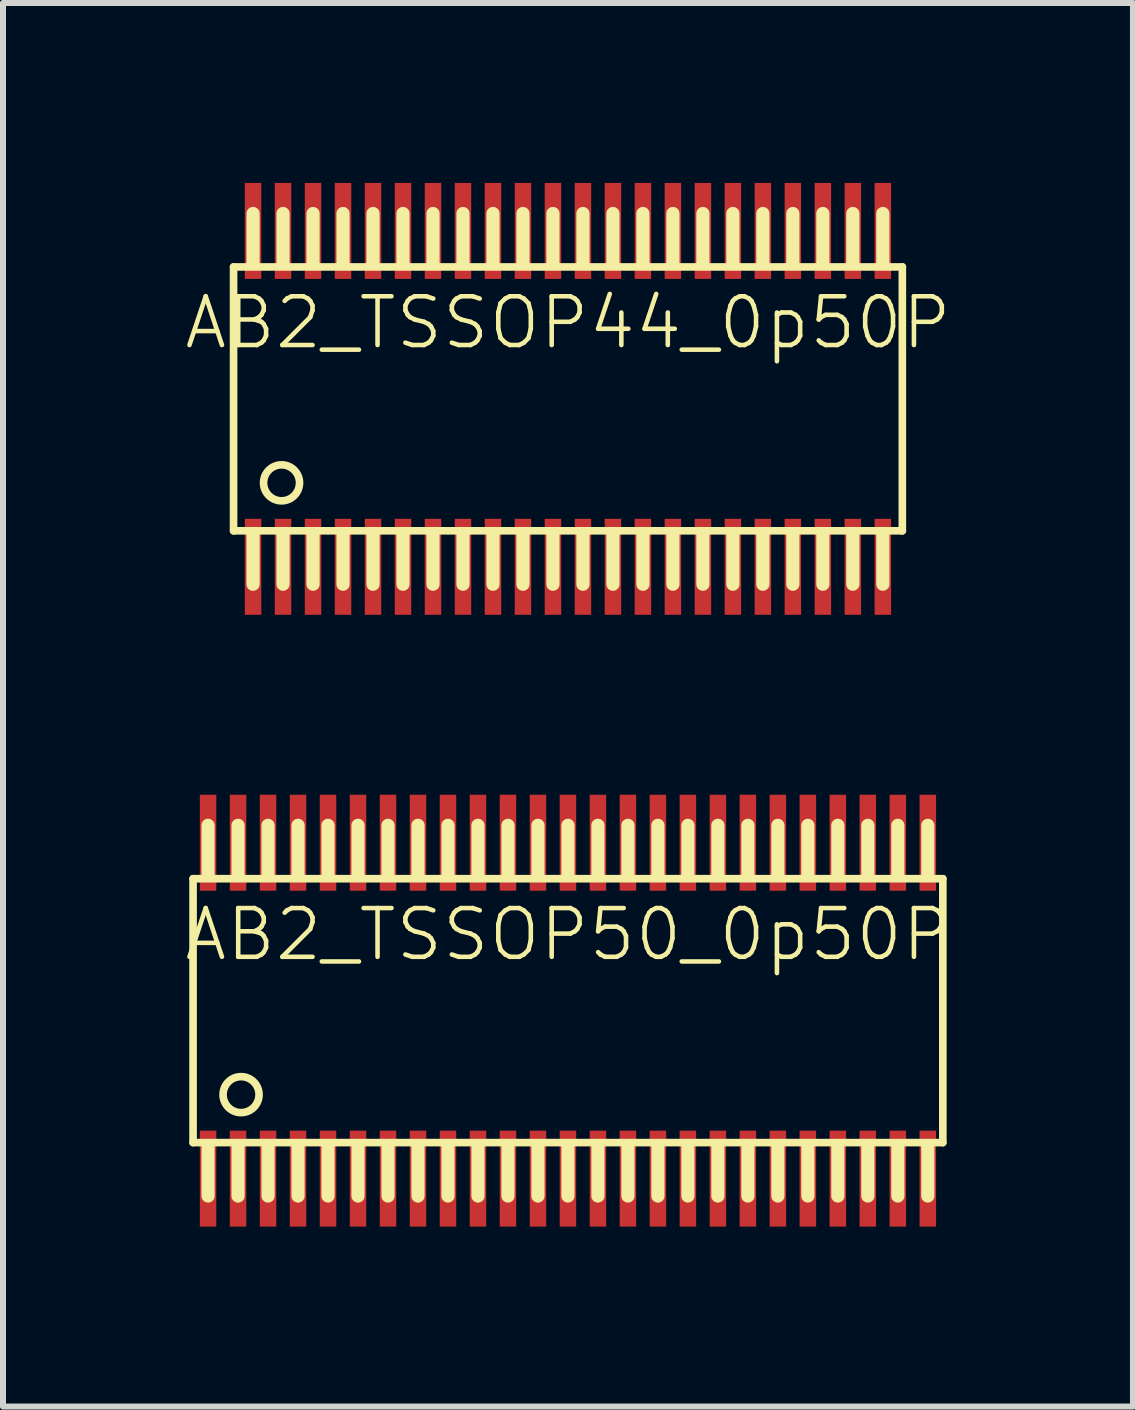
<source format=kicad_pcb>
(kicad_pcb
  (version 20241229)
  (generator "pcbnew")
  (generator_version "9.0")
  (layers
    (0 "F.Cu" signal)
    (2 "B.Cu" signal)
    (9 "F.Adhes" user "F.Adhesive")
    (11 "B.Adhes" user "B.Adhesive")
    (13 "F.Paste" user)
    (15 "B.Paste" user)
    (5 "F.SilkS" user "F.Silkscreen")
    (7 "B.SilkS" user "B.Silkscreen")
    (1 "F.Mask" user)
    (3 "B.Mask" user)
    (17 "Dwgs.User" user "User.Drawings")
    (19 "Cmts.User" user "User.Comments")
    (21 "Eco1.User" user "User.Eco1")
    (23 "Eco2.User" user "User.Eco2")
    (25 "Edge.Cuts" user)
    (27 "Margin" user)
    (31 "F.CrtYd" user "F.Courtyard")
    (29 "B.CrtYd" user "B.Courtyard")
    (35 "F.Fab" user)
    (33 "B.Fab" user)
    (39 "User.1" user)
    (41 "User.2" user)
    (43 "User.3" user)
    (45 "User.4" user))
  (footprint "AB2_TSSOP44_0p50P"
    (layer "F.Cu")
    (at 6.419 3.6)
    (property "Reference" "AB2_TSSOP44_0p50P" (at 0 -1.27 0) (layer "F.SilkS") (effects (font (size 0.813 0.813) (thickness 0.076))))
    (attr through_hole)
    (fp_line (start -5.575 -2.2) (end 5.575 -2.2) (stroke (width 0.127) (type solid)) (layer "F.SilkS"))
    (fp_line (start -5.575 2.2) (end -5.575 -2.2) (stroke (width 0.127) (type solid)) (layer "F.SilkS"))
    (fp_line (start -5.25 -2.27) (end -5.25 -3.09) (stroke (width 0.22) (type solid)) (layer "F.SilkS"))
    (fp_line (start -5.25 2.27) (end -5.25 3.09) (stroke (width 0.22) (type solid)) (layer "F.SilkS"))
    (fp_line (start -4.75 -2.27) (end -4.75 -3.09) (stroke (width 0.22) (type solid)) (layer "F.SilkS"))
    (fp_line (start -4.75 2.27) (end -4.75 3.09) (stroke (width 0.22) (type solid)) (layer "F.SilkS"))
    (fp_line (start -4.25 -2.27) (end -4.25 -3.09) (stroke (width 0.22) (type solid)) (layer "F.SilkS"))
    (fp_line (start -4.25 2.27) (end -4.25 3.09) (stroke (width 0.22) (type solid)) (layer "F.SilkS"))
    (fp_line (start -3.75 -2.27) (end -3.75 -3.09) (stroke (width 0.22) (type solid)) (layer "F.SilkS"))
    (fp_line (start -3.75 2.27) (end -3.75 3.09) (stroke (width 0.22) (type solid)) (layer "F.SilkS"))
    (fp_line (start -3.25 -2.27) (end -3.25 -3.09) (stroke (width 0.22) (type solid)) (layer "F.SilkS"))
    (fp_line (start -3.25 2.27) (end -3.25 3.09) (stroke (width 0.22) (type solid)) (layer "F.SilkS"))
    (fp_line (start -2.75 -2.27) (end -2.75 -3.09) (stroke (width 0.22) (type solid)) (layer "F.SilkS"))
    (fp_line (start -2.75 2.27) (end -2.75 3.09) (stroke (width 0.22) (type solid)) (layer "F.SilkS"))
    (fp_line (start -2.25 -2.27) (end -2.25 -3.09) (stroke (width 0.22) (type solid)) (layer "F.SilkS"))
    (fp_line (start -2.25 2.27) (end -2.25 3.09) (stroke (width 0.22) (type solid)) (layer "F.SilkS"))
    (fp_line (start -1.75 -2.27) (end -1.75 -3.09) (stroke (width 0.22) (type solid)) (layer "F.SilkS"))
    (fp_line (start -1.75 2.27) (end -1.75 3.09) (stroke (width 0.22) (type solid)) (layer "F.SilkS"))
    (fp_line (start -1.25 -2.27) (end -1.25 -3.09) (stroke (width 0.22) (type solid)) (layer "F.SilkS"))
    (fp_line (start -1.25 2.27) (end -1.25 3.09) (stroke (width 0.22) (type solid)) (layer "F.SilkS"))
    (fp_line (start -0.75 -2.27) (end -0.75 -3.09) (stroke (width 0.22) (type solid)) (layer "F.SilkS"))
    (fp_line (start -0.75 2.27) (end -0.75 3.09) (stroke (width 0.22) (type solid)) (layer "F.SilkS"))
    (fp_line (start -0.25 -2.27) (end -0.25 -3.09) (stroke (width 0.22) (type solid)) (layer "F.SilkS"))
    (fp_line (start -0.25 2.27) (end -0.25 3.09) (stroke (width 0.22) (type solid)) (layer "F.SilkS"))
    (fp_line (start 0.25 -2.27) (end 0.25 -3.09) (stroke (width 0.22) (type solid)) (layer "F.SilkS"))
    (fp_line (start 0.25 2.27) (end 0.25 3.09) (stroke (width 0.22) (type solid)) (layer "F.SilkS"))
    (fp_line (start 0.75 -2.27) (end 0.75 -3.09) (stroke (width 0.22) (type solid)) (layer "F.SilkS"))
    (fp_line (start 0.75 2.27) (end 0.75 3.09) (stroke (width 0.22) (type solid)) (layer "F.SilkS"))
    (fp_line (start 1.25 -2.27) (end 1.25 -3.09) (stroke (width 0.22) (type solid)) (layer "F.SilkS"))
    (fp_line (start 1.25 2.27) (end 1.25 3.09) (stroke (width 0.22) (type solid)) (layer "F.SilkS"))
    (fp_line (start 1.75 -2.27) (end 1.75 -3.09) (stroke (width 0.22) (type solid)) (layer "F.SilkS"))
    (fp_line (start 1.75 2.27) (end 1.75 3.09) (stroke (width 0.22) (type solid)) (layer "F.SilkS"))
    (fp_line (start 2.25 -2.27) (end 2.25 -3.09) (stroke (width 0.22) (type solid)) (layer "F.SilkS"))
    (fp_line (start 2.25 2.27) (end 2.25 3.09) (stroke (width 0.22) (type solid)) (layer "F.SilkS"))
    (fp_line (start 2.75 -2.27) (end 2.75 -3.09) (stroke (width 0.22) (type solid)) (layer "F.SilkS"))
    (fp_line (start 2.75 2.27) (end 2.75 3.09) (stroke (width 0.22) (type solid)) (layer "F.SilkS"))
    (fp_line (start 3.25 -2.27) (end 3.25 -3.09) (stroke (width 0.22) (type solid)) (layer "F.SilkS"))
    (fp_line (start 3.25 2.27) (end 3.25 3.09) (stroke (width 0.22) (type solid)) (layer "F.SilkS"))
    (fp_line (start 3.75 -2.27) (end 3.75 -3.09) (stroke (width 0.22) (type solid)) (layer "F.SilkS"))
    (fp_line (start 3.75 2.27) (end 3.75 3.09) (stroke (width 0.22) (type solid)) (layer "F.SilkS"))
    (fp_line (start 4.25 -2.27) (end 4.25 -3.09) (stroke (width 0.22) (type solid)) (layer "F.SilkS"))
    (fp_line (start 4.25 2.27) (end 4.25 3.09) (stroke (width 0.22) (type solid)) (layer "F.SilkS"))
    (fp_line (start 4.75 -2.27) (end 4.75 -3.09) (stroke (width 0.22) (type solid)) (layer "F.SilkS"))
    (fp_line (start 4.75 2.27) (end 4.75 3.09) (stroke (width 0.22) (type solid)) (layer "F.SilkS"))
    (fp_line (start 5.25 -2.27) (end 5.25 -3.09) (stroke (width 0.22) (type solid)) (layer "F.SilkS"))
    (fp_line (start 5.25 2.27) (end 5.25 3.09) (stroke (width 0.22) (type solid)) (layer "F.SilkS"))
    (fp_line (start 5.575 -2.2) (end 5.575 2.2) (stroke (width 0.127) (type solid)) (layer "F.SilkS"))
    (fp_line (start 5.575 2.2) (end -5.575 2.2) (stroke (width 0.127) (type solid)) (layer "F.SilkS"))
    (fp_circle (center -4.775 1.4) (end -4.775 1.1) (stroke (width 0.127) (type solid)) (fill no) (layer "F.SilkS"))
    (pad "1" smd rect (at -5.25 2.8) (size 0.275 1.6) (layers "F.Cu" "F.Mask" "F.Paste"))
    (pad "2" smd rect (at -4.75 2.8) (size 0.275 1.6) (layers "F.Cu" "F.Mask" "F.Paste"))
    (pad "3" smd rect (at -4.25 2.8) (size 0.275 1.6) (layers "F.Cu" "F.Mask" "F.Paste"))
    (pad "4" smd rect (at -3.75 2.8) (size 0.275 1.6) (layers "F.Cu" "F.Mask" "F.Paste"))
    (pad "5" smd rect (at -3.25 2.8) (size 0.275 1.6) (layers "F.Cu" "F.Mask" "F.Paste"))
    (pad "6" smd rect (at -2.75 2.8) (size 0.275 1.6) (layers "F.Cu" "F.Mask" "F.Paste"))
    (pad "7" smd rect (at -2.25 2.8) (size 0.275 1.6) (layers "F.Cu" "F.Mask" "F.Paste"))
    (pad "8" smd rect (at -1.75 2.8) (size 0.275 1.6) (layers "F.Cu" "F.Mask" "F.Paste"))
    (pad "9" smd rect (at -1.25 2.8) (size 0.275 1.6) (layers "F.Cu" "F.Mask" "F.Paste"))
    (pad "10" smd rect (at -0.75 2.8) (size 0.275 1.6) (layers "F.Cu" "F.Mask" "F.Paste"))
    (pad "11" smd rect (at -0.25 2.8) (size 0.275 1.6) (layers "F.Cu" "F.Mask" "F.Paste"))
    (pad "12" smd rect (at 0.25 2.8) (size 0.275 1.6) (layers "F.Cu" "F.Mask" "F.Paste"))
    (pad "13" smd rect (at 0.75 2.8) (size 0.275 1.6) (layers "F.Cu" "F.Mask" "F.Paste"))
    (pad "14" smd rect (at 1.25 2.8) (size 0.275 1.6) (layers "F.Cu" "F.Mask" "F.Paste"))
    (pad "15" smd rect (at 1.75 2.8) (size 0.275 1.6) (layers "F.Cu" "F.Mask" "F.Paste"))
    (pad "16" smd rect (at 2.25 2.8) (size 0.275 1.6) (layers "F.Cu" "F.Mask" "F.Paste"))
    (pad "17" smd rect (at 2.75 2.8) (size 0.275 1.6) (layers "F.Cu" "F.Mask" "F.Paste"))
    (pad "18" smd rect (at 3.25 2.8) (size 0.275 1.6) (layers "F.Cu" "F.Mask" "F.Paste"))
    (pad "19" smd rect (at 3.75 2.8) (size 0.275 1.6) (layers "F.Cu" "F.Mask" "F.Paste"))
    (pad "20" smd rect (at 4.25 2.8) (size 0.275 1.6) (layers "F.Cu" "F.Mask" "F.Paste"))
    (pad "21" smd rect (at 4.75 2.8) (size 0.275 1.6) (layers "F.Cu" "F.Mask" "F.Paste"))
    (pad "22" smd rect (at 5.25 2.8) (size 0.275 1.6) (layers "F.Cu" "F.Mask" "F.Paste"))
    (pad "23" smd rect (at 5.25 -2.8) (size 0.275 1.6) (layers "F.Cu" "F.Mask" "F.Paste"))
    (pad "24" smd rect (at 4.75 -2.8) (size 0.275 1.6) (layers "F.Cu" "F.Mask" "F.Paste"))
    (pad "25" smd rect (at 4.25 -2.8) (size 0.275 1.6) (layers "F.Cu" "F.Mask" "F.Paste"))
    (pad "26" smd rect (at 3.75 -2.8) (size 0.275 1.6) (layers "F.Cu" "F.Mask" "F.Paste"))
    (pad "27" smd rect (at 3.25 -2.8) (size 0.275 1.6) (layers "F.Cu" "F.Mask" "F.Paste"))
    (pad "28" smd rect (at 2.75 -2.8) (size 0.275 1.6) (layers "F.Cu" "F.Mask" "F.Paste"))
    (pad "29" smd rect (at 2.25 -2.8) (size 0.275 1.6) (layers "F.Cu" "F.Mask" "F.Paste"))
    (pad "30" smd rect (at 1.75 -2.8) (size 0.275 1.6) (layers "F.Cu" "F.Mask" "F.Paste"))
    (pad "31" smd rect (at 1.25 -2.8) (size 0.275 1.6) (layers "F.Cu" "F.Mask" "F.Paste"))
    (pad "32" smd rect (at 0.75 -2.8) (size 0.275 1.6) (layers "F.Cu" "F.Mask" "F.Paste"))
    (pad "33" smd rect (at 0.25 -2.8) (size 0.275 1.6) (layers "F.Cu" "F.Mask" "F.Paste"))
    (pad "34" smd rect (at -0.25 -2.8) (size 0.275 1.6) (layers "F.Cu" "F.Mask" "F.Paste"))
    (pad "35" smd rect (at -0.75 -2.8) (size 0.275 1.6) (layers "F.Cu" "F.Mask" "F.Paste"))
    (pad "36" smd rect (at -1.25 -2.8) (size 0.275 1.6) (layers "F.Cu" "F.Mask" "F.Paste"))
    (pad "37" smd rect (at -1.75 -2.8) (size 0.275 1.6) (layers "F.Cu" "F.Mask" "F.Paste"))
    (pad "38" smd rect (at -2.25 -2.8) (size 0.275 1.6) (layers "F.Cu" "F.Mask" "F.Paste"))
    (pad "39" smd rect (at -2.75 -2.8) (size 0.275 1.6) (layers "F.Cu" "F.Mask" "F.Paste"))
    (pad "40" smd rect (at -3.25 -2.8) (size 0.275 1.6) (layers "F.Cu" "F.Mask" "F.Paste"))
    (pad "41" smd rect (at -3.75 -2.8) (size 0.275 1.6) (layers "F.Cu" "F.Mask" "F.Paste"))
    (pad "42" smd rect (at -4.25 -2.8) (size 0.275 1.6) (layers "F.Cu" "F.Mask" "F.Paste"))
    (pad "43" smd rect (at -4.75 -2.8) (size 0.275 1.6) (layers "F.Cu" "F.Mask" "F.Paste"))
    (pad "44" smd rect (at -5.25 -2.8) (size 0.275 1.6) (layers "F.Cu" "F.Mask" "F.Paste")))
  (footprint "AB2_TSSOP50_0p50P"
    (layer "F.Cu")
    (at 6.419 13.8)
    (property "Reference" "AB2_TSSOP50_0p50P" (at 0 -1.27 0) (layer "F.SilkS") (effects (font (size 0.813 0.813) (thickness 0.076))))
    (attr through_hole)
    (fp_line (start -6.25 -2.2) (end 6.25 -2.2) (stroke (width 0.127) (type solid)) (layer "F.SilkS"))
    (fp_line (start -6.25 2.2) (end -6.25 -2.2) (stroke (width 0.127) (type solid)) (layer "F.SilkS"))
    (fp_line (start -6 -2.27) (end -6 -3.09) (stroke (width 0.22) (type solid)) (layer "F.SilkS"))
    (fp_line (start -6 2.27) (end -6 3.09) (stroke (width 0.22) (type solid)) (layer "F.SilkS"))
    (fp_line (start -5.5 -2.27) (end -5.5 -3.09) (stroke (width 0.22) (type solid)) (layer "F.SilkS"))
    (fp_line (start -5.5 2.27) (end -5.5 3.09) (stroke (width 0.22) (type solid)) (layer "F.SilkS"))
    (fp_line (start -5 -2.27) (end -5 -3.09) (stroke (width 0.22) (type solid)) (layer "F.SilkS"))
    (fp_line (start -5 2.27) (end -5 3.09) (stroke (width 0.22) (type solid)) (layer "F.SilkS"))
    (fp_line (start -4.5 -2.27) (end -4.5 -3.09) (stroke (width 0.22) (type solid)) (layer "F.SilkS"))
    (fp_line (start -4.5 2.27) (end -4.5 3.09) (stroke (width 0.22) (type solid)) (layer "F.SilkS"))
    (fp_line (start -4 -2.27) (end -4 -3.09) (stroke (width 0.22) (type solid)) (layer "F.SilkS"))
    (fp_line (start -4 2.27) (end -4 3.09) (stroke (width 0.22) (type solid)) (layer "F.SilkS"))
    (fp_line (start -3.5 -2.27) (end -3.5 -3.09) (stroke (width 0.22) (type solid)) (layer "F.SilkS"))
    (fp_line (start -3.5 2.27) (end -3.5 3.09) (stroke (width 0.22) (type solid)) (layer "F.SilkS"))
    (fp_line (start -3 -2.27) (end -3 -3.09) (stroke (width 0.22) (type solid)) (layer "F.SilkS"))
    (fp_line (start -3 2.27) (end -3 3.09) (stroke (width 0.22) (type solid)) (layer "F.SilkS"))
    (fp_line (start -2.5 -2.27) (end -2.5 -3.09) (stroke (width 0.22) (type solid)) (layer "F.SilkS"))
    (fp_line (start -2.5 2.27) (end -2.5 3.09) (stroke (width 0.22) (type solid)) (layer "F.SilkS"))
    (fp_line (start -2 -2.27) (end -2 -3.09) (stroke (width 0.22) (type solid)) (layer "F.SilkS"))
    (fp_line (start -2 2.27) (end -2 3.09) (stroke (width 0.22) (type solid)) (layer "F.SilkS"))
    (fp_line (start -1.5 -2.27) (end -1.5 -3.09) (stroke (width 0.22) (type solid)) (layer "F.SilkS"))
    (fp_line (start -1.5 2.27) (end -1.5 3.09) (stroke (width 0.22) (type solid)) (layer "F.SilkS"))
    (fp_line (start -1 -2.27) (end -1 -3.09) (stroke (width 0.22) (type solid)) (layer "F.SilkS"))
    (fp_line (start -1 2.27) (end -1 3.09) (stroke (width 0.22) (type solid)) (layer "F.SilkS"))
    (fp_line (start -0.5 -2.27) (end -0.5 -3.09) (stroke (width 0.22) (type solid)) (layer "F.SilkS"))
    (fp_line (start -0.5 2.27) (end -0.5 3.09) (stroke (width 0.22) (type solid)) (layer "F.SilkS"))
    (fp_line (start 0 -2.27) (end 0 -3.09) (stroke (width 0.22) (type solid)) (layer "F.SilkS"))
    (fp_line (start 0 2.27) (end 0 3.09) (stroke (width 0.22) (type solid)) (layer "F.SilkS"))
    (fp_line (start 0.5 -2.27) (end 0.5 -3.09) (stroke (width 0.22) (type solid)) (layer "F.SilkS"))
    (fp_line (start 0.5 2.27) (end 0.5 3.09) (stroke (width 0.22) (type solid)) (layer "F.SilkS"))
    (fp_line (start 1 -2.27) (end 1 -3.09) (stroke (width 0.22) (type solid)) (layer "F.SilkS"))
    (fp_line (start 1 2.27) (end 1 3.09) (stroke (width 0.22) (type solid)) (layer "F.SilkS"))
    (fp_line (start 1.5 -2.27) (end 1.5 -3.09) (stroke (width 0.22) (type solid)) (layer "F.SilkS"))
    (fp_line (start 1.5 2.27) (end 1.5 3.09) (stroke (width 0.22) (type solid)) (layer "F.SilkS"))
    (fp_line (start 2 -2.27) (end 2 -3.09) (stroke (width 0.22) (type solid)) (layer "F.SilkS"))
    (fp_line (start 2 2.27) (end 2 3.09) (stroke (width 0.22) (type solid)) (layer "F.SilkS"))
    (fp_line (start 2.5 -2.27) (end 2.5 -3.09) (stroke (width 0.22) (type solid)) (layer "F.SilkS"))
    (fp_line (start 2.5 2.27) (end 2.5 3.09) (stroke (width 0.22) (type solid)) (layer "F.SilkS"))
    (fp_line (start 3 -2.27) (end 3 -3.09) (stroke (width 0.22) (type solid)) (layer "F.SilkS"))
    (fp_line (start 3 2.27) (end 3 3.09) (stroke (width 0.22) (type solid)) (layer "F.SilkS"))
    (fp_line (start 3.5 -2.27) (end 3.5 -3.09) (stroke (width 0.22) (type solid)) (layer "F.SilkS"))
    (fp_line (start 3.5 2.27) (end 3.5 3.09) (stroke (width 0.22) (type solid)) (layer "F.SilkS"))
    (fp_line (start 4 -2.27) (end 4 -3.09) (stroke (width 0.22) (type solid)) (layer "F.SilkS"))
    (fp_line (start 4 2.27) (end 4 3.09) (stroke (width 0.22) (type solid)) (layer "F.SilkS"))
    (fp_line (start 4.5 -2.27) (end 4.5 -3.09) (stroke (width 0.22) (type solid)) (layer "F.SilkS"))
    (fp_line (start 4.5 2.27) (end 4.5 3.09) (stroke (width 0.22) (type solid)) (layer "F.SilkS"))
    (fp_line (start 5 -2.27) (end 5 -3.09) (stroke (width 0.22) (type solid)) (layer "F.SilkS"))
    (fp_line (start 5 2.27) (end 5 3.09) (stroke (width 0.22) (type solid)) (layer "F.SilkS"))
    (fp_line (start 5.5 -2.27) (end 5.5 -3.09) (stroke (width 0.22) (type solid)) (layer "F.SilkS"))
    (fp_line (start 5.5 2.27) (end 5.5 3.09) (stroke (width 0.22) (type solid)) (layer "F.SilkS"))
    (fp_line (start 6 -2.27) (end 6 -3.09) (stroke (width 0.22) (type solid)) (layer "F.SilkS"))
    (fp_line (start 6 2.27) (end 6 3.09) (stroke (width 0.22) (type solid)) (layer "F.SilkS"))
    (fp_line (start 6.25 -2.2) (end 6.25 2.2) (stroke (width 0.127) (type solid)) (layer "F.SilkS"))
    (fp_line (start 6.25 2.2) (end -6.25 2.2) (stroke (width 0.127) (type solid)) (layer "F.SilkS"))
    (fp_circle (center -5.45 1.4) (end -5.45 1.1) (stroke (width 0.127) (type solid)) (fill no) (layer "F.SilkS"))
    (pad "1" smd rect (at -6 2.8) (size 0.275 1.6) (layers "F.Cu" "F.Mask" "F.Paste"))
    (pad "2" smd rect (at -5.5 2.8) (size 0.275 1.6) (layers "F.Cu" "F.Mask" "F.Paste"))
    (pad "3" smd rect (at -5 2.8) (size 0.275 1.6) (layers "F.Cu" "F.Mask" "F.Paste"))
    (pad "4" smd rect (at -4.5 2.8) (size 0.275 1.6) (layers "F.Cu" "F.Mask" "F.Paste"))
    (pad "5" smd rect (at -4 2.8) (size 0.275 1.6) (layers "F.Cu" "F.Mask" "F.Paste"))
    (pad "6" smd rect (at -3.5 2.8) (size 0.275 1.6) (layers "F.Cu" "F.Mask" "F.Paste"))
    (pad "7" smd rect (at -3 2.8) (size 0.275 1.6) (layers "F.Cu" "F.Mask" "F.Paste"))
    (pad "8" smd rect (at -2.5 2.8) (size 0.275 1.6) (layers "F.Cu" "F.Mask" "F.Paste"))
    (pad "9" smd rect (at -2 2.8) (size 0.275 1.6) (layers "F.Cu" "F.Mask" "F.Paste"))
    (pad "10" smd rect (at -1.5 2.8) (size 0.275 1.6) (layers "F.Cu" "F.Mask" "F.Paste"))
    (pad "11" smd rect (at -1 2.8) (size 0.275 1.6) (layers "F.Cu" "F.Mask" "F.Paste"))
    (pad "12" smd rect (at -0.5 2.8) (size 0.275 1.6) (layers "F.Cu" "F.Mask" "F.Paste"))
    (pad "13" smd rect (at 0 2.8) (size 0.275 1.6) (layers "F.Cu" "F.Mask" "F.Paste"))
    (pad "14" smd rect (at 0.5 2.8) (size 0.275 1.6) (layers "F.Cu" "F.Mask" "F.Paste"))
    (pad "15" smd rect (at 1 2.8) (size 0.275 1.6) (layers "F.Cu" "F.Mask" "F.Paste"))
    (pad "16" smd rect (at 1.5 2.8) (size 0.275 1.6) (layers "F.Cu" "F.Mask" "F.Paste"))
    (pad "17" smd rect (at 2 2.8) (size 0.275 1.6) (layers "F.Cu" "F.Mask" "F.Paste"))
    (pad "18" smd rect (at 2.5 2.8) (size 0.275 1.6) (layers "F.Cu" "F.Mask" "F.Paste"))
    (pad "19" smd rect (at 3 2.8) (size 0.275 1.6) (layers "F.Cu" "F.Mask" "F.Paste"))
    (pad "20" smd rect (at 3.5 2.8) (size 0.275 1.6) (layers "F.Cu" "F.Mask" "F.Paste"))
    (pad "21" smd rect (at 4 2.8) (size 0.275 1.6) (layers "F.Cu" "F.Mask" "F.Paste"))
    (pad "22" smd rect (at 4.5 2.8) (size 0.275 1.6) (layers "F.Cu" "F.Mask" "F.Paste"))
    (pad "23" smd rect (at 5 2.8) (size 0.275 1.6) (layers "F.Cu" "F.Mask" "F.Paste"))
    (pad "24" smd rect (at 5.5 2.8) (size 0.275 1.6) (layers "F.Cu" "F.Mask" "F.Paste"))
    (pad "25" smd rect (at 6 2.8) (size 0.275 1.6) (layers "F.Cu" "F.Mask" "F.Paste"))
    (pad "26" smd rect (at 6 -2.8) (size 0.275 1.6) (layers "F.Cu" "F.Mask" "F.Paste"))
    (pad "27" smd rect (at 5.5 -2.8) (size 0.275 1.6) (layers "F.Cu" "F.Mask" "F.Paste"))
    (pad "28" smd rect (at 5 -2.8) (size 0.275 1.6) (layers "F.Cu" "F.Mask" "F.Paste"))
    (pad "29" smd rect (at 4.5 -2.8) (size 0.275 1.6) (layers "F.Cu" "F.Mask" "F.Paste"))
    (pad "30" smd rect (at 4 -2.8) (size 0.275 1.6) (layers "F.Cu" "F.Mask" "F.Paste"))
    (pad "31" smd rect (at 3.5 -2.8) (size 0.275 1.6) (layers "F.Cu" "F.Mask" "F.Paste"))
    (pad "32" smd rect (at 3 -2.8) (size 0.275 1.6) (layers "F.Cu" "F.Mask" "F.Paste"))
    (pad "33" smd rect (at 2.5 -2.8) (size 0.275 1.6) (layers "F.Cu" "F.Mask" "F.Paste"))
    (pad "34" smd rect (at 2 -2.8) (size 0.275 1.6) (layers "F.Cu" "F.Mask" "F.Paste"))
    (pad "35" smd rect (at 1.5 -2.8) (size 0.275 1.6) (layers "F.Cu" "F.Mask" "F.Paste"))
    (pad "36" smd rect (at 1 -2.8) (size 0.275 1.6) (layers "F.Cu" "F.Mask" "F.Paste"))
    (pad "37" smd rect (at 0.5 -2.8) (size 0.275 1.6) (layers "F.Cu" "F.Mask" "F.Paste"))
    (pad "38" smd rect (at 0 -2.8) (size 0.275 1.6) (layers "F.Cu" "F.Mask" "F.Paste"))
    (pad "39" smd rect (at -0.5 -2.8) (size 0.275 1.6) (layers "F.Cu" "F.Mask" "F.Paste"))
    (pad "40" smd rect (at -1 -2.8) (size 0.275 1.6) (layers "F.Cu" "F.Mask" "F.Paste"))
    (pad "41" smd rect (at -1.5 -2.8) (size 0.275 1.6) (layers "F.Cu" "F.Mask" "F.Paste"))
    (pad "42" smd rect (at -2 -2.8) (size 0.275 1.6) (layers "F.Cu" "F.Mask" "F.Paste"))
    (pad "43" smd rect (at -2.5 -2.8) (size 0.275 1.6) (layers "F.Cu" "F.Mask" "F.Paste"))
    (pad "44" smd rect (at -3 -2.8) (size 0.275 1.6) (layers "F.Cu" "F.Mask" "F.Paste"))
    (pad "45" smd rect (at -3.5 -2.8) (size 0.275 1.6) (layers "F.Cu" "F.Mask" "F.Paste"))
    (pad "46" smd rect (at -4 -2.8) (size 0.275 1.6) (layers "F.Cu" "F.Mask" "F.Paste"))
    (pad "47" smd rect (at -4.5 -2.8) (size 0.275 1.6) (layers "F.Cu" "F.Mask" "F.Paste"))
    (pad "48" smd rect (at -5 -2.8) (size 0.275 1.6) (layers "F.Cu" "F.Mask" "F.Paste"))
    (pad "49" smd rect (at -5.5 -2.8) (size 0.275 1.6) (layers "F.Cu" "F.Mask" "F.Paste"))
    (pad "50" smd rect (at -6 -2.8) (size 0.275 1.6) (layers "F.Cu" "F.Mask" "F.Paste")))
  (gr_rect
    (start -3 -3)
    (end 15.839 20.4)
    (stroke (width 0.1) (type default))
    (fill no)
    (layer "Edge.Cuts")))
</source>
